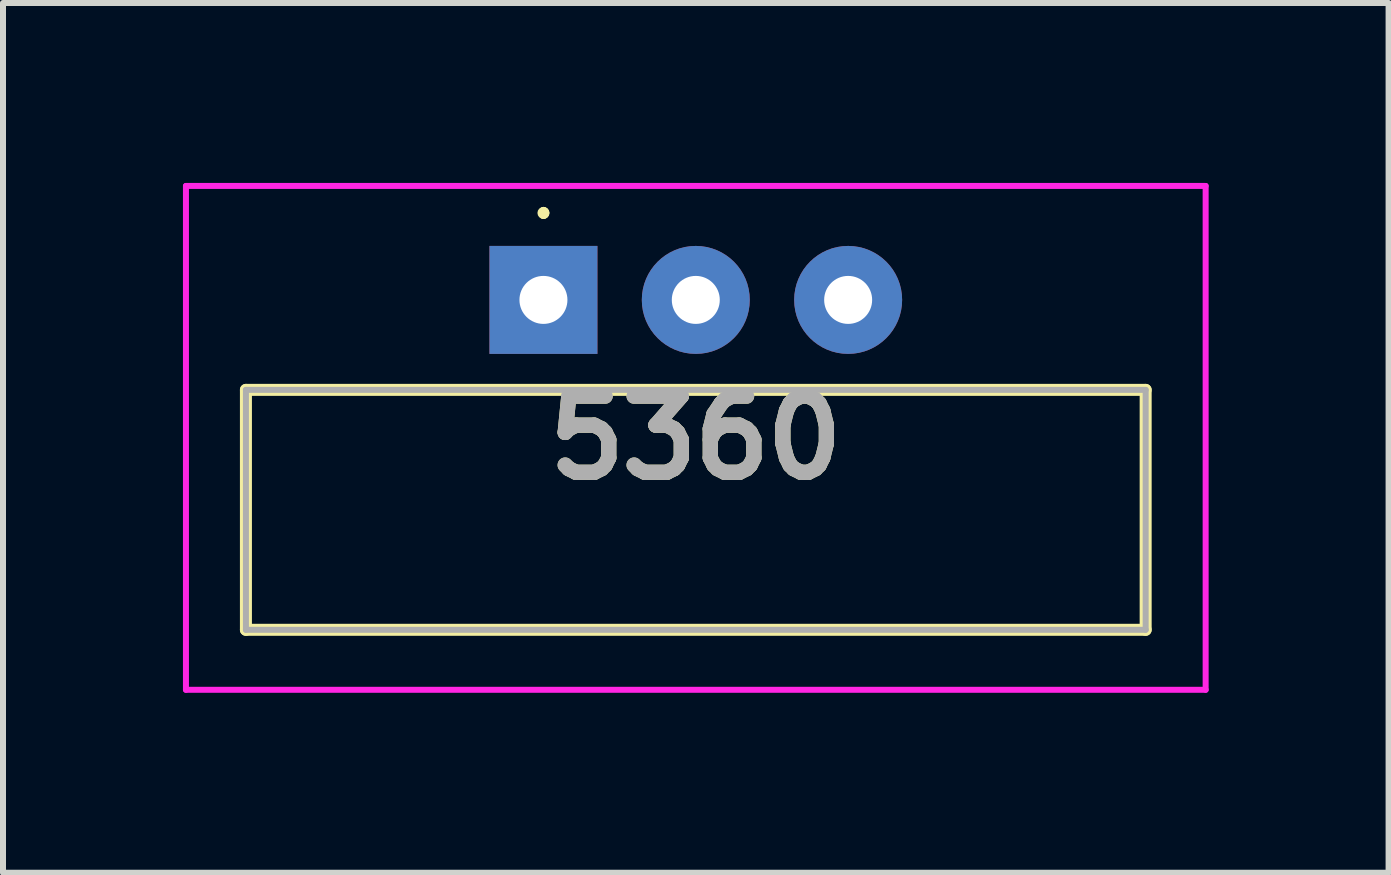
<source format=kicad_pcb>
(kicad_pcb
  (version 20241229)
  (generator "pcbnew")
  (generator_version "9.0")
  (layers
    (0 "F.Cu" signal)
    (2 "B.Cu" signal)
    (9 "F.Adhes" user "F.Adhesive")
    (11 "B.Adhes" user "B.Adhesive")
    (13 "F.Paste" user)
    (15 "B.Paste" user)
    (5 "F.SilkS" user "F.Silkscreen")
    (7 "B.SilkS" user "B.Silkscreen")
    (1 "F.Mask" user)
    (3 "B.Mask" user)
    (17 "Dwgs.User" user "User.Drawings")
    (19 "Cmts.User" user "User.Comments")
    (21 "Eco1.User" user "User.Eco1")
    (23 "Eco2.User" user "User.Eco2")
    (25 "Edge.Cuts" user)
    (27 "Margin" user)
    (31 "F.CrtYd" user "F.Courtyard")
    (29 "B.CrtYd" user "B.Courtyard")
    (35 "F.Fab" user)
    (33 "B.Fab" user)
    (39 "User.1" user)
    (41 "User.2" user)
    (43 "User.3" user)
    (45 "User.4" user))
  (footprint "5360"
    (layer "F.Cu")
    (at 6.01 1.95)
    (property "Reference" "5360" (at 2.54 2.3 0) (layer "F.SilkS") (effects (font (size 1.27 1.27) (thickness 0.254))))
    (attr through_hole)
    (fp_line (start -4.96 1.5) (end 10.04 1.5) (stroke (width 0.2) (type solid)) (layer "F.SilkS"))
    (fp_line (start -4.96 5.5) (end -4.96 1.5) (stroke (width 0.2) (type solid)) (layer "F.SilkS"))
    (fp_line (start 0 -1.5) (end 0 -1.5) (stroke (width 0.1) (type solid)) (layer "F.SilkS"))
    (fp_line (start 0 -1.4) (end 0 -1.4) (stroke (width 0.1) (type solid)) (layer "F.SilkS"))
    (fp_line (start 0 -1.4) (end 0 -1.4) (stroke (width 0.1) (type solid)) (layer "F.SilkS"))
    (fp_line (start 10.04 1.5) (end 10.04 5.5) (stroke (width 0.2) (type solid)) (layer "F.SilkS"))
    (fp_line (start 10.04 5.5) (end -4.96 5.5) (stroke (width 0.2) (type solid)) (layer "F.SilkS"))
    (fp_arc (start 0 -1.5) (mid 0.05 -1.45) (end 0 -1.4) (stroke (width 0.1) (type solid)) (layer "F.SilkS"))
    (fp_arc (start 0 -1.5) (mid 0.05 -1.45) (end 0 -1.4) (stroke (width 0.1) (type solid)) (layer "F.SilkS"))
    (fp_arc (start 0 -1.4) (mid -0.05 -1.45) (end 0 -1.5) (stroke (width 0.1) (type solid)) (layer "F.SilkS"))
    (fp_line (start -5.96 -1.9) (end 11.04 -1.9) (stroke (width 0.1) (type solid)) (layer "F.CrtYd"))
    (fp_line (start -5.96 6.5) (end -5.96 -1.9) (stroke (width 0.1) (type solid)) (layer "F.CrtYd"))
    (fp_line (start 11.04 -1.9) (end 11.04 6.5) (stroke (width 0.1) (type solid)) (layer "F.CrtYd"))
    (fp_line (start 11.04 6.5) (end -5.96 6.5) (stroke (width 0.1) (type solid)) (layer "F.CrtYd"))
    (fp_line (start -4.96 1.5) (end -4.96 5.5) (stroke (width 0.1) (type solid)) (layer "F.Fab"))
    (fp_line (start -4.96 5.5) (end 10.04 5.5) (stroke (width 0.1) (type solid)) (layer "F.Fab"))
    (fp_line (start 10.04 1.5) (end -4.96 1.5) (stroke (width 0.1) (type solid)) (layer "F.Fab"))
    (fp_line (start 10.04 5.5) (end 10.04 1.5) (stroke (width 0.1) (type solid)) (layer "F.Fab"))
    (fp_text user "${REFERENCE}" (at 2.54 2.3 0) (layer "F.Fab") (effects (font (size 1.27 1.27) (thickness 0.254))))
    (pad "1" thru_hole rect (at 0 0) (size 1.8 1.8) (drill 0.8) (layers "*.Cu" "*.Mask"))
    (pad "2" thru_hole circle (at 2.54 0) (size 1.8 1.8) (drill 0.8) (layers "*.Cu" "*.Mask"))
    (pad "3" thru_hole circle (at 5.08 0) (size 1.8 1.8) (drill 0.8) (layers "*.Cu" "*.Mask")))
  (gr_rect
    (start -3 -3)
    (end 20.1 11.5)
    (stroke (width 0.1) (type default))
    (fill no)
    (layer "Edge.Cuts")))
</source>
